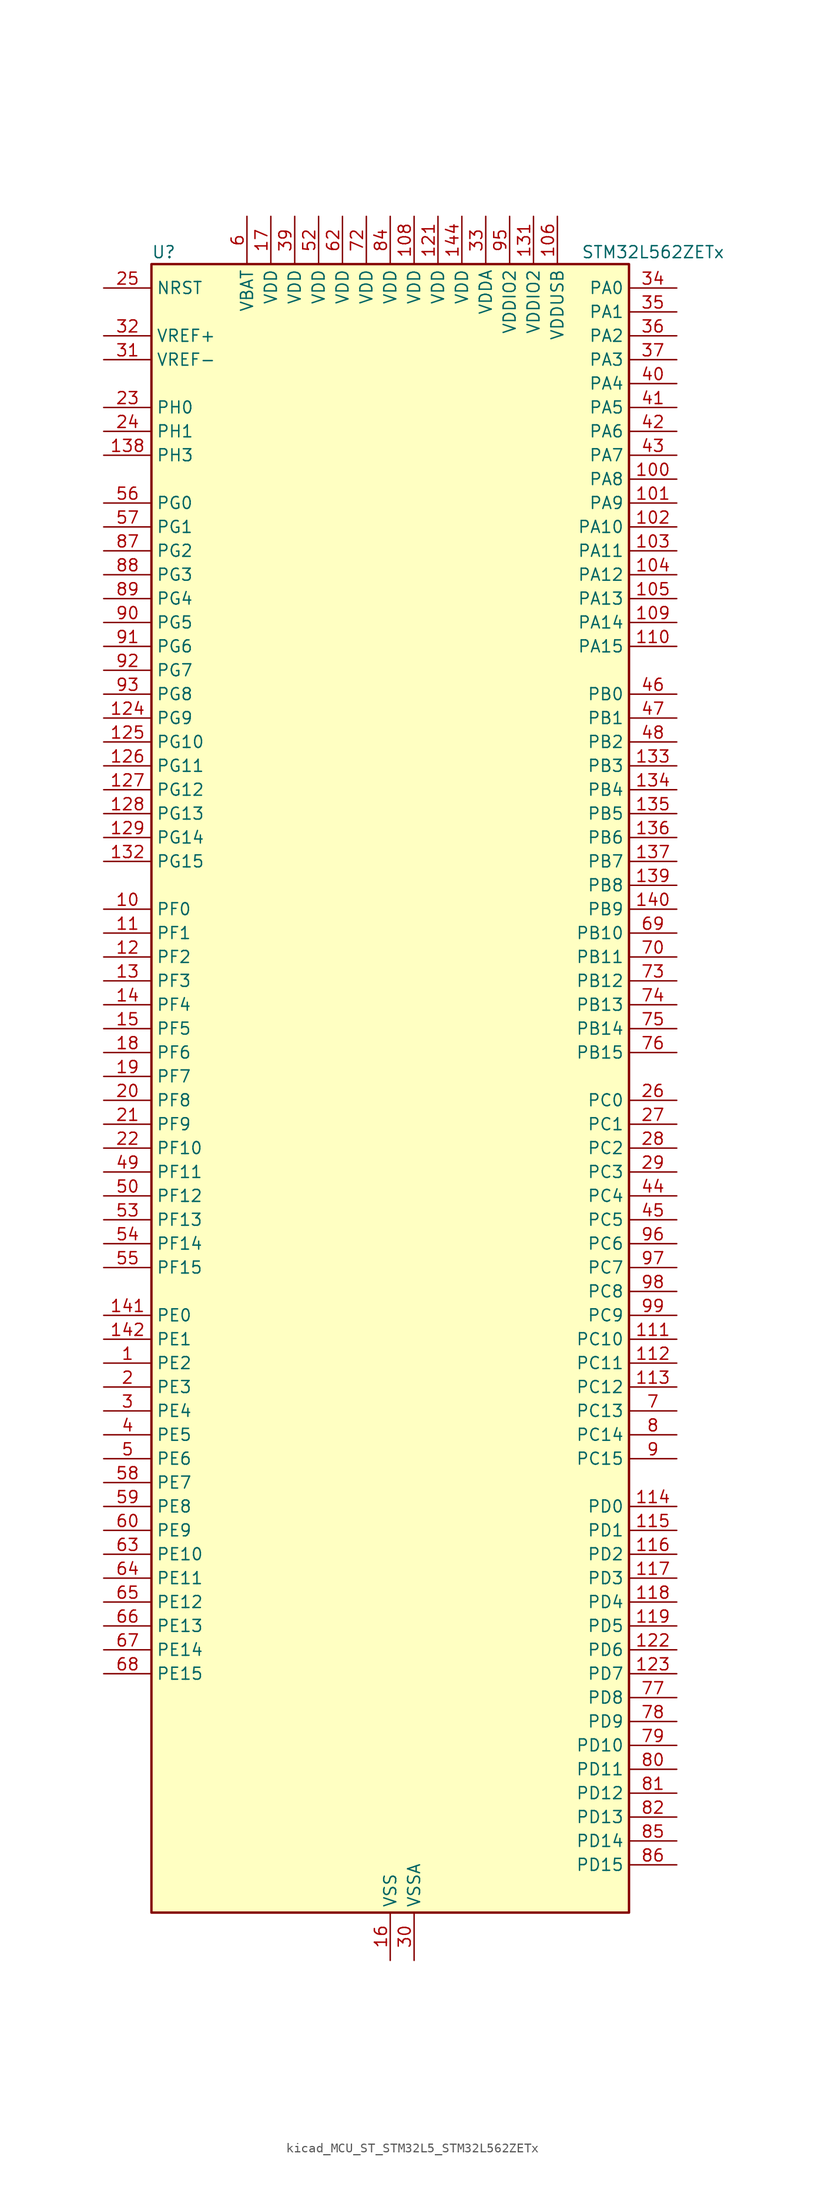
<source format=kicad_sym>
(kicad_symbol_lib
  (version 20220914)
  (generator kicad_symbol_editor)
  (symbol "kicad_MCU_ST_STM32L5_STM32L562ZETx"
    (property "Reference" "U"
      (at -25.4 90.17 0)
      (effects (font (size 1.27 1.27)) (justify left)))
    (property "Value" "STM32L562ZETx"
      (at 20.32 90.17 0)
      (effects (font (size 1.27 1.27)) (justify left)))
    (property "ki_locked" ""
      (at 0 0 0)
      (effects (font (size 1.27 1.27))))
    (symbol "kicad_MCU_ST_STM32L5_STM32L562ZETx_0_1"
      (rectangle (start -25.4 -86.36) (end 25.4 88.9) (stroke (width 0.254) (type default)) (fill (type background))))
    (symbol "kicad_MCU_ST_STM32L5_STM32L562ZETx_1_1"
      (pin bidirectional line (at -30.48 -27.94 0) (length 5.08) (name "PE2" (effects (font (size 1.27 1.27)))) (number "1" (effects (font (size 1.27 1.27)))) (alternate "DEBUG_TRACECLK" bidirectional line) (alternate "FMC_A23" bidirectional line) (alternate "SAI1_CK1" bidirectional line) (alternate "SAI1_MCLK_A" bidirectional line) (alternate "TIM3_ETR" bidirectional line) (alternate "TSC_G7_IO1" bidirectional line))
      (pin bidirectional line (at -30.48 20.32 0) (length 5.08) (name "PF0" (effects (font (size 1.27 1.27)))) (number "10" (effects (font (size 1.27 1.27)))) (alternate "FMC_A0" bidirectional line) (alternate "I2C2_SDA" bidirectional line))
      (pin bidirectional line (at 30.48 66.04 180) (length 5.08) (name "PA8" (effects (font (size 1.27 1.27)))) (number "100" (effects (font (size 1.27 1.27)))) (alternate "LPTIM2_OUT" bidirectional line) (alternate "RCC_MCO" bidirectional line) (alternate "SAI1_CK2" bidirectional line) (alternate "SAI1_SCK_A" bidirectional line) (alternate "TIM1_CH1" bidirectional line) (alternate "USART1_CK" bidirectional line))
      (pin bidirectional line (at 30.48 63.5 180) (length 5.08) (name "PA9" (effects (font (size 1.27 1.27)))) (number "101" (effects (font (size 1.27 1.27)))) (alternate "DAC1_EXTI9" bidirectional line) (alternate "SAI1_FS_A" bidirectional line) (alternate "SPI2_SCK" bidirectional line) (alternate "TIM15_BKIN" bidirectional line) (alternate "TIM1_CH2" bidirectional line) (alternate "USART1_TX" bidirectional line))
      (pin bidirectional line (at 30.48 60.96 180) (length 5.08) (name "PA10" (effects (font (size 1.27 1.27)))) (number "102" (effects (font (size 1.27 1.27)))) (alternate "CRS_SYNC" bidirectional line) (alternate "SAI1_D1" bidirectional line) (alternate "SAI1_SD_A" bidirectional line) (alternate "TIM17_BKIN" bidirectional line) (alternate "TIM1_CH3" bidirectional line) (alternate "USART1_RX" bidirectional line))
      (pin bidirectional line (at 30.48 58.42 180) (length 5.08) (name "PA11" (effects (font (size 1.27 1.27)))) (number "103" (effects (font (size 1.27 1.27)))) (alternate "ADC1_EXTI11" bidirectional line) (alternate "ADC2_EXTI11" bidirectional line) (alternate "FDCAN1_RX" bidirectional line) (alternate "SPI1_MISO" bidirectional line) (alternate "TIM1_BKIN2" bidirectional line) (alternate "TIM1_CH4" bidirectional line) (alternate "USART1_CTS" bidirectional line) (alternate "USART1_NSS" bidirectional line) (alternate "USB_DM" bidirectional line))
      (pin bidirectional line (at 30.48 55.88 180) (length 5.08) (name "PA12" (effects (font (size 1.27 1.27)))) (number "104" (effects (font (size 1.27 1.27)))) (alternate "FDCAN1_TX" bidirectional line) (alternate "SPI1_MOSI" bidirectional line) (alternate "TIM1_ETR" bidirectional line) (alternate "USART1_DE" bidirectional line) (alternate "USART1_RTS" bidirectional line) (alternate "USB_DP" bidirectional line))
      (pin bidirectional line (at 30.48 53.34 180) (length 5.08) (name "PA13" (effects (font (size 1.27 1.27)))) (number "105" (effects (font (size 1.27 1.27)))) (alternate "DEBUG_JTMS-SWDIO" bidirectional line) (alternate "IR_OUT" bidirectional line) (alternate "SAI1_SD_B" bidirectional line) (alternate "USB_NOE" bidirectional line))
      (pin power_in line (at 17.78 93.98 270) (length 5.08) (name "VDDUSB" (effects (font (size 1.27 1.27)))) (number "106" (effects (font (size 1.27 1.27)))))
      (pin passive line (at 0 -91.44 90) (length 5.08) hide (name "VSS" (effects (font (size 1.27 1.27)))) (number "107" (effects (font (size 1.27 1.27)))))
      (pin power_in line (at 2.54 93.98 270) (length 5.08) (name "VDD" (effects (font (size 1.27 1.27)))) (number "108" (effects (font (size 1.27 1.27)))))
      (pin bidirectional line (at 30.48 50.8 180) (length 5.08) (name "PA14" (effects (font (size 1.27 1.27)))) (number "109" (effects (font (size 1.27 1.27)))) (alternate "DEBUG_JTCK-SWCLK" bidirectional line) (alternate "I2C1_SMBA" bidirectional line) (alternate "I2C4_SMBA" bidirectional line) (alternate "LPTIM1_OUT" bidirectional line) (alternate "SAI1_FS_B" bidirectional line))
      (pin bidirectional line (at -30.48 17.78 0) (length 5.08) (name "PF1" (effects (font (size 1.27 1.27)))) (number "11" (effects (font (size 1.27 1.27)))) (alternate "FMC_A1" bidirectional line) (alternate "I2C2_SCL" bidirectional line))
      (pin bidirectional line (at 30.48 48.26 180) (length 5.08) (name "PA15" (effects (font (size 1.27 1.27)))) (number "110" (effects (font (size 1.27 1.27)))) (alternate "ADC1_EXTI15" bidirectional line) (alternate "ADC2_EXTI15" bidirectional line) (alternate "DEBUG_JTDI" bidirectional line) (alternate "SAI2_FS_B" bidirectional line) (alternate "SPI1_NSS" bidirectional line) (alternate "SPI3_NSS" bidirectional line) (alternate "TIM2_CH1" bidirectional line) (alternate "TIM2_ETR" bidirectional line) (alternate "UART4_DE" bidirectional line) (alternate "UART4_RTS" bidirectional line) (alternate "UCPD1_CC1" bidirectional line) (alternate "USART2_RX" bidirectional line) (alternate "USART3_DE" bidirectional line) (alternate "USART3_RTS" bidirectional line))
      (pin bidirectional line (at 30.48 -25.4 180) (length 5.08) (name "PC10" (effects (font (size 1.27 1.27)))) (number "111" (effects (font (size 1.27 1.27)))) (alternate "DEBUG_TRACED1" bidirectional line) (alternate "LPTIM3_ETR" bidirectional line) (alternate "SAI2_SCK_B" bidirectional line) (alternate "SDMMC1_D2" bidirectional line) (alternate "SPI3_SCK" bidirectional line) (alternate "TSC_G3_IO2" bidirectional line) (alternate "UART4_TX" bidirectional line) (alternate "USART3_TX" bidirectional line))
      (pin bidirectional line (at 30.48 -27.94 180) (length 5.08) (name "PC11" (effects (font (size 1.27 1.27)))) (number "112" (effects (font (size 1.27 1.27)))) (alternate "ADC1_EXTI11" bidirectional line) (alternate "ADC2_EXTI11" bidirectional line) (alternate "LPTIM3_IN1" bidirectional line) (alternate "OCTOSPI1_NCS" bidirectional line) (alternate "SAI2_MCLK_B" bidirectional line) (alternate "SDMMC1_D3" bidirectional line) (alternate "SPI3_MISO" bidirectional line) (alternate "TSC_G3_IO3" bidirectional line) (alternate "UART4_RX" bidirectional line) (alternate "UCPD1_FRSTX2" bidirectional line) (alternate "USART3_RX" bidirectional line))
      (pin bidirectional line (at 30.48 -30.48 180) (length 5.08) (name "PC12" (effects (font (size 1.27 1.27)))) (number "113" (effects (font (size 1.27 1.27)))) (alternate "DEBUG_TRACED3" bidirectional line) (alternate "SAI2_SD_B" bidirectional line) (alternate "SDMMC1_CK" bidirectional line) (alternate "SPI3_MOSI" bidirectional line) (alternate "TSC_G3_IO4" bidirectional line) (alternate "UART5_TX" bidirectional line) (alternate "USART3_CK" bidirectional line))
      (pin bidirectional line (at 30.48 -43.18 180) (length 5.08) (name "PD0" (effects (font (size 1.27 1.27)))) (number "114" (effects (font (size 1.27 1.27)))) (alternate "FDCAN1_RX" bidirectional line) (alternate "FMC_D2" bidirectional line) (alternate "FMC_DA2" bidirectional line) (alternate "SPI2_NSS" bidirectional line))
      (pin bidirectional line (at 30.48 -45.72 180) (length 5.08) (name "PD1" (effects (font (size 1.27 1.27)))) (number "115" (effects (font (size 1.27 1.27)))) (alternate "FDCAN1_TX" bidirectional line) (alternate "FMC_D3" bidirectional line) (alternate "FMC_DA3" bidirectional line) (alternate "SPI2_SCK" bidirectional line))
      (pin bidirectional line (at 30.48 -48.26 180) (length 5.08) (name "PD2" (effects (font (size 1.27 1.27)))) (number "116" (effects (font (size 1.27 1.27)))) (alternate "DEBUG_TRACED2" bidirectional line) (alternate "SDMMC1_CMD" bidirectional line) (alternate "TIM3_ETR" bidirectional line) (alternate "TSC_SYNC" bidirectional line) (alternate "UART5_RX" bidirectional line) (alternate "USART3_DE" bidirectional line) (alternate "USART3_RTS" bidirectional line))
      (pin bidirectional line (at 30.48 -50.8 180) (length 5.08) (name "PD3" (effects (font (size 1.27 1.27)))) (number "117" (effects (font (size 1.27 1.27)))) (alternate "DFSDM1_DATIN0" bidirectional line) (alternate "FMC_CLK" bidirectional line) (alternate "SPI2_MISO" bidirectional line) (alternate "SPI2_SCK" bidirectional line) (alternate "USART2_CTS" bidirectional line) (alternate "USART2_NSS" bidirectional line))
      (pin bidirectional line (at 30.48 -53.34 180) (length 5.08) (name "PD4" (effects (font (size 1.27 1.27)))) (number "118" (effects (font (size 1.27 1.27)))) (alternate "DFSDM1_CKIN0" bidirectional line) (alternate "FMC_NOE" bidirectional line) (alternate "OCTOSPI1_IO4" bidirectional line) (alternate "SPI2_MOSI" bidirectional line) (alternate "USART2_DE" bidirectional line) (alternate "USART2_RTS" bidirectional line))
      (pin bidirectional line (at 30.48 -55.88 180) (length 5.08) (name "PD5" (effects (font (size 1.27 1.27)))) (number "119" (effects (font (size 1.27 1.27)))) (alternate "FMC_NWE" bidirectional line) (alternate "OCTOSPI1_IO5" bidirectional line) (alternate "USART2_TX" bidirectional line))
      (pin bidirectional line (at -30.48 15.24 0) (length 5.08) (name "PF2" (effects (font (size 1.27 1.27)))) (number "12" (effects (font (size 1.27 1.27)))) (alternate "FMC_A2" bidirectional line) (alternate "I2C2_SMBA" bidirectional line))
      (pin passive line (at 0 -91.44 90) (length 5.08) hide (name "VSS" (effects (font (size 1.27 1.27)))) (number "120" (effects (font (size 1.27 1.27)))))
      (pin power_in line (at 5.08 93.98 270) (length 5.08) (name "VDD" (effects (font (size 1.27 1.27)))) (number "121" (effects (font (size 1.27 1.27)))))
      (pin bidirectional line (at 30.48 -58.42 180) (length 5.08) (name "PD6" (effects (font (size 1.27 1.27)))) (number "122" (effects (font (size 1.27 1.27)))) (alternate "DFSDM1_DATIN1" bidirectional line) (alternate "FMC_NWAIT" bidirectional line) (alternate "OCTOSPI1_IO6" bidirectional line) (alternate "SAI1_D1" bidirectional line) (alternate "SAI1_SD_A" bidirectional line) (alternate "SPI3_MOSI" bidirectional line) (alternate "USART2_RX" bidirectional line))
      (pin bidirectional line (at 30.48 -60.96 180) (length 5.08) (name "PD7" (effects (font (size 1.27 1.27)))) (number "123" (effects (font (size 1.27 1.27)))) (alternate "DFSDM1_CKIN1" bidirectional line) (alternate "FMC_NCE" bidirectional line) (alternate "FMC_NE1" bidirectional line) (alternate "OCTOSPI1_IO7" bidirectional line) (alternate "USART2_CK" bidirectional line))
      (pin bidirectional line (at -30.48 40.64 0) (length 5.08) (name "PG9" (effects (font (size 1.27 1.27)))) (number "124" (effects (font (size 1.27 1.27)))) (alternate "DAC1_EXTI9" bidirectional line) (alternate "FMC_NCE" bidirectional line) (alternate "FMC_NE2" bidirectional line) (alternate "SAI2_SCK_A" bidirectional line) (alternate "SPI3_SCK" bidirectional line) (alternate "TIM15_CH1N" bidirectional line) (alternate "USART1_TX" bidirectional line))
      (pin bidirectional line (at -30.48 38.1 0) (length 5.08) (name "PG10" (effects (font (size 1.27 1.27)))) (number "125" (effects (font (size 1.27 1.27)))) (alternate "FMC_NE3" bidirectional line) (alternate "LPTIM1_IN1" bidirectional line) (alternate "SAI2_FS_A" bidirectional line) (alternate "SPI3_MISO" bidirectional line) (alternate "TIM15_CH1" bidirectional line) (alternate "USART1_RX" bidirectional line))
      (pin bidirectional line (at -30.48 35.56 0) (length 5.08) (name "PG11" (effects (font (size 1.27 1.27)))) (number "126" (effects (font (size 1.27 1.27)))) (alternate "ADC1_EXTI11" bidirectional line) (alternate "ADC2_EXTI11" bidirectional line) (alternate "LPTIM1_IN2" bidirectional line) (alternate "OCTOSPI1_IO5" bidirectional line) (alternate "SAI2_MCLK_A" bidirectional line) (alternate "SPI3_MOSI" bidirectional line) (alternate "TIM15_CH2" bidirectional line) (alternate "USART1_CTS" bidirectional line) (alternate "USART1_NSS" bidirectional line))
      (pin bidirectional line (at -30.48 33.02 0) (length 5.08) (name "PG12" (effects (font (size 1.27 1.27)))) (number "127" (effects (font (size 1.27 1.27)))) (alternate "FMC_NE4" bidirectional line) (alternate "LPTIM1_ETR" bidirectional line) (alternate "SAI2_SD_A" bidirectional line) (alternate "SPI3_NSS" bidirectional line) (alternate "USART1_DE" bidirectional line) (alternate "USART1_RTS" bidirectional line))
      (pin bidirectional line (at -30.48 30.48 0) (length 5.08) (name "PG13" (effects (font (size 1.27 1.27)))) (number "128" (effects (font (size 1.27 1.27)))) (alternate "FMC_A24" bidirectional line) (alternate "I2C1_SDA" bidirectional line) (alternate "USART1_CK" bidirectional line))
      (pin bidirectional line (at -30.48 27.94 0) (length 5.08) (name "PG14" (effects (font (size 1.27 1.27)))) (number "129" (effects (font (size 1.27 1.27)))) (alternate "FMC_A25" bidirectional line) (alternate "I2C1_SCL" bidirectional line))
      (pin bidirectional line (at -30.48 12.7 0) (length 5.08) (name "PF3" (effects (font (size 1.27 1.27)))) (number "13" (effects (font (size 1.27 1.27)))) (alternate "FMC_A3" bidirectional line) (alternate "LPTIM3_IN1" bidirectional line))
      (pin passive line (at 0 -91.44 90) (length 5.08) hide (name "VSS" (effects (font (size 1.27 1.27)))) (number "130" (effects (font (size 1.27 1.27)))))
      (pin power_in line (at 15.24 93.98 270) (length 5.08) (name "VDDIO2" (effects (font (size 1.27 1.27)))) (number "131" (effects (font (size 1.27 1.27)))))
      (pin bidirectional line (at -30.48 25.4 0) (length 5.08) (name "PG15" (effects (font (size 1.27 1.27)))) (number "132" (effects (font (size 1.27 1.27)))) (alternate "ADC1_EXTI15" bidirectional line) (alternate "ADC2_EXTI15" bidirectional line) (alternate "I2C1_SMBA" bidirectional line) (alternate "LPTIM1_OUT" bidirectional line))
      (pin bidirectional line (at 30.48 35.56 180) (length 5.08) (name "PB3" (effects (font (size 1.27 1.27)))) (number "133" (effects (font (size 1.27 1.27)))) (alternate "COMP2_INM" bidirectional line) (alternate "CRS_SYNC" bidirectional line) (alternate "DEBUG_JTDO-SWO" bidirectional line) (alternate "SAI1_SCK_B" bidirectional line) (alternate "SPI1_SCK" bidirectional line) (alternate "SPI3_SCK" bidirectional line) (alternate "TIM2_CH2" bidirectional line) (alternate "USART1_DE" bidirectional line) (alternate "USART1_RTS" bidirectional line))
      (pin bidirectional line (at 30.48 33.02 180) (length 5.08) (name "PB4" (effects (font (size 1.27 1.27)))) (number "134" (effects (font (size 1.27 1.27)))) (alternate "COMP2_INP" bidirectional line) (alternate "DEBUG_JTRST" bidirectional line) (alternate "I2C3_SDA" bidirectional line) (alternate "SAI1_MCLK_B" bidirectional line) (alternate "SPI1_MISO" bidirectional line) (alternate "SPI3_MISO" bidirectional line) (alternate "TIM17_BKIN" bidirectional line) (alternate "TIM3_CH1" bidirectional line) (alternate "TSC_G2_IO1" bidirectional line) (alternate "UART5_DE" bidirectional line) (alternate "UART5_RTS" bidirectional line) (alternate "USART1_CTS" bidirectional line) (alternate "USART1_NSS" bidirectional line))
      (pin bidirectional line (at 30.48 30.48 180) (length 5.08) (name "PB5" (effects (font (size 1.27 1.27)))) (number "135" (effects (font (size 1.27 1.27)))) (alternate "COMP2_OUT" bidirectional line) (alternate "I2C1_SMBA" bidirectional line) (alternate "LPTIM1_IN1" bidirectional line) (alternate "OCTOSPI1_NCLK" bidirectional line) (alternate "SAI1_SD_B" bidirectional line) (alternate "SPI1_MOSI" bidirectional line) (alternate "SPI3_MOSI" bidirectional line) (alternate "TIM16_BKIN" bidirectional line) (alternate "TIM3_CH2" bidirectional line) (alternate "TSC_G2_IO2" bidirectional line) (alternate "UART5_CTS" bidirectional line) (alternate "UCPD1_DBCC1" bidirectional line) (alternate "USART1_CK" bidirectional line))
      (pin bidirectional line (at 30.48 27.94 180) (length 5.08) (name "PB6" (effects (font (size 1.27 1.27)))) (number "136" (effects (font (size 1.27 1.27)))) (alternate "COMP2_INP" bidirectional line) (alternate "I2C1_SCL" bidirectional line) (alternate "I2C4_SCL" bidirectional line) (alternate "LPTIM1_ETR" bidirectional line) (alternate "SAI1_FS_B" bidirectional line) (alternate "TIM16_CH1N" bidirectional line) (alternate "TIM4_CH1" bidirectional line) (alternate "TIM8_BKIN2" bidirectional line) (alternate "TSC_G2_IO3" bidirectional line) (alternate "USART1_TX" bidirectional line))
      (pin bidirectional line (at 30.48 25.4 180) (length 5.08) (name "PB7" (effects (font (size 1.27 1.27)))) (number "137" (effects (font (size 1.27 1.27)))) (alternate "COMP2_INM" bidirectional line) (alternate "FMC_NL" bidirectional line) (alternate "I2C1_SDA" bidirectional line) (alternate "I2C4_SDA" bidirectional line) (alternate "LPTIM1_IN2" bidirectional line) (alternate "PWR_PVD_IN" bidirectional line) (alternate "TIM17_CH1N" bidirectional line) (alternate "TIM4_CH2" bidirectional line) (alternate "TIM8_BKIN" bidirectional line) (alternate "TSC_G2_IO4" bidirectional line) (alternate "UART4_CTS" bidirectional line) (alternate "USART1_RX" bidirectional line))
      (pin bidirectional line (at -30.48 68.58 0) (length 5.08) (name "PH3" (effects (font (size 1.27 1.27)))) (number "138" (effects (font (size 1.27 1.27)))))
      (pin bidirectional line (at 30.48 22.86 180) (length 5.08) (name "PB8" (effects (font (size 1.27 1.27)))) (number "139" (effects (font (size 1.27 1.27)))) (alternate "DFSDM1_CKOUT" bidirectional line) (alternate "FDCAN1_RX" bidirectional line) (alternate "I2C1_SCL" bidirectional line) (alternate "SAI1_CK1" bidirectional line) (alternate "SAI1_MCLK_A" bidirectional line) (alternate "SDMMC1_CKIN" bidirectional line) (alternate "SDMMC1_D4" bidirectional line) (alternate "TIM16_CH1" bidirectional line) (alternate "TIM4_CH3" bidirectional line))
      (pin bidirectional line (at -30.48 10.16 0) (length 5.08) (name "PF4" (effects (font (size 1.27 1.27)))) (number "14" (effects (font (size 1.27 1.27)))) (alternate "FMC_A4" bidirectional line) (alternate "LPTIM3_ETR" bidirectional line))
      (pin bidirectional line (at 30.48 20.32 180) (length 5.08) (name "PB9" (effects (font (size 1.27 1.27)))) (number "140" (effects (font (size 1.27 1.27)))) (alternate "DAC1_EXTI9" bidirectional line) (alternate "FDCAN1_TX" bidirectional line) (alternate "I2C1_SDA" bidirectional line) (alternate "IR_OUT" bidirectional line) (alternate "SAI1_D2" bidirectional line) (alternate "SAI1_FS_A" bidirectional line) (alternate "SDMMC1_CDIR" bidirectional line) (alternate "SDMMC1_D5" bidirectional line) (alternate "SPI2_NSS" bidirectional line) (alternate "TIM17_CH1" bidirectional line) (alternate "TIM4_CH4" bidirectional line))
      (pin bidirectional line (at -30.48 -22.86 0) (length 5.08) (name "PE0" (effects (font (size 1.27 1.27)))) (number "141" (effects (font (size 1.27 1.27)))) (alternate "FMC_NBL0" bidirectional line) (alternate "TIM16_CH1" bidirectional line) (alternate "TIM4_ETR" bidirectional line))
      (pin bidirectional line (at -30.48 -25.4 0) (length 5.08) (name "PE1" (effects (font (size 1.27 1.27)))) (number "142" (effects (font (size 1.27 1.27)))) (alternate "FMC_NBL1" bidirectional line) (alternate "TIM17_CH1" bidirectional line))
      (pin passive line (at 0 -91.44 90) (length 5.08) hide (name "VSS" (effects (font (size 1.27 1.27)))) (number "143" (effects (font (size 1.27 1.27)))))
      (pin power_in line (at 7.62 93.98 270) (length 5.08) (name "VDD" (effects (font (size 1.27 1.27)))) (number "144" (effects (font (size 1.27 1.27)))))
      (pin bidirectional line (at -30.48 7.62 0) (length 5.08) (name "PF5" (effects (font (size 1.27 1.27)))) (number "15" (effects (font (size 1.27 1.27)))) (alternate "FMC_A5" bidirectional line) (alternate "LPTIM3_OUT" bidirectional line))
      (pin power_in line (at 0 -91.44 90) (length 5.08) (name "VSS" (effects (font (size 1.27 1.27)))) (number "16" (effects (font (size 1.27 1.27)))))
      (pin power_in line (at -12.7 93.98 270) (length 5.08) (name "VDD" (effects (font (size 1.27 1.27)))) (number "17" (effects (font (size 1.27 1.27)))))
      (pin bidirectional line (at -30.48 5.08 0) (length 5.08) (name "PF6" (effects (font (size 1.27 1.27)))) (number "18" (effects (font (size 1.27 1.27)))) (alternate "OCTOSPI1_IO3" bidirectional line) (alternate "SAI1_SD_B" bidirectional line) (alternate "TIM5_CH1" bidirectional line) (alternate "TIM5_ETR" bidirectional line))
      (pin bidirectional line (at -30.48 2.54 0) (length 5.08) (name "PF7" (effects (font (size 1.27 1.27)))) (number "19" (effects (font (size 1.27 1.27)))) (alternate "OCTOSPI1_IO2" bidirectional line) (alternate "SAI1_MCLK_B" bidirectional line) (alternate "TAMP_IN6" bidirectional line) (alternate "TAMP_OUT3" bidirectional line) (alternate "TIM5_CH2" bidirectional line))
      (pin bidirectional line (at -30.48 -30.48 0) (length 5.08) (name "PE3" (effects (font (size 1.27 1.27)))) (number "2" (effects (font (size 1.27 1.27)))) (alternate "DEBUG_TRACED0" bidirectional line) (alternate "FMC_A19" bidirectional line) (alternate "OCTOSPI1_DQS" bidirectional line) (alternate "SAI1_SD_B" bidirectional line) (alternate "TIM3_CH1" bidirectional line) (alternate "TSC_G7_IO2" bidirectional line))
      (pin bidirectional line (at -30.48 0 0) (length 5.08) (name "PF8" (effects (font (size 1.27 1.27)))) (number "20" (effects (font (size 1.27 1.27)))) (alternate "OCTOSPI1_IO0" bidirectional line) (alternate "SAI1_SCK_B" bidirectional line) (alternate "TAMP_IN7" bidirectional line) (alternate "TAMP_OUT8" bidirectional line) (alternate "TIM5_CH3" bidirectional line))
      (pin bidirectional line (at -30.48 -2.54 0) (length 5.08) (name "PF9" (effects (font (size 1.27 1.27)))) (number "21" (effects (font (size 1.27 1.27)))) (alternate "DAC1_EXTI9" bidirectional line) (alternate "OCTOSPI1_IO1" bidirectional line) (alternate "SAI1_FS_B" bidirectional line) (alternate "TAMP_IN8" bidirectional line) (alternate "TAMP_OUT7" bidirectional line) (alternate "TIM15_CH1" bidirectional line) (alternate "TIM5_CH4" bidirectional line))
      (pin bidirectional line (at -30.48 -5.08 0) (length 5.08) (name "PF10" (effects (font (size 1.27 1.27)))) (number "22" (effects (font (size 1.27 1.27)))) (alternate "DFSDM1_CKOUT" bidirectional line) (alternate "OCTOSPI1_CLK" bidirectional line) (alternate "SAI1_D3" bidirectional line) (alternate "TIM15_CH2" bidirectional line))
      (pin bidirectional line (at -30.48 73.66 0) (length 5.08) (name "PH0" (effects (font (size 1.27 1.27)))) (number "23" (effects (font (size 1.27 1.27)))) (alternate "RCC_OSC_IN" bidirectional line))
      (pin bidirectional line (at -30.48 71.12 0) (length 5.08) (name "PH1" (effects (font (size 1.27 1.27)))) (number "24" (effects (font (size 1.27 1.27)))) (alternate "RCC_OSC_OUT" bidirectional line))
      (pin input line (at -30.48 86.36 0) (length 5.08) (name "NRST" (effects (font (size 1.27 1.27)))) (number "25" (effects (font (size 1.27 1.27)))))
      (pin bidirectional line (at 30.48 0 180) (length 5.08) (name "PC0" (effects (font (size 1.27 1.27)))) (number "26" (effects (font (size 1.27 1.27)))) (alternate "ADC1_IN1" bidirectional line) (alternate "ADC2_IN1" bidirectional line) (alternate "I2C3_SCL" bidirectional line) (alternate "LPTIM1_IN1" bidirectional line) (alternate "LPTIM2_IN1" bidirectional line) (alternate "LPUART1_RX" bidirectional line) (alternate "OCTOSPI1_IO7" bidirectional line) (alternate "SAI2_FS_A" bidirectional line) (alternate "SDMMC1_D5" bidirectional line))
      (pin bidirectional line (at 30.48 -2.54 180) (length 5.08) (name "PC1" (effects (font (size 1.27 1.27)))) (number "27" (effects (font (size 1.27 1.27)))) (alternate "ADC1_IN2" bidirectional line) (alternate "ADC2_IN2" bidirectional line) (alternate "DEBUG_TRACED0" bidirectional line) (alternate "I2C3_SDA" bidirectional line) (alternate "LPTIM1_OUT" bidirectional line) (alternate "LPUART1_TX" bidirectional line) (alternate "OCTOSPI1_IO4" bidirectional line) (alternate "SAI1_SD_A" bidirectional line) (alternate "SPI2_MOSI" bidirectional line))
      (pin bidirectional line (at 30.48 -5.08 180) (length 5.08) (name "PC2" (effects (font (size 1.27 1.27)))) (number "28" (effects (font (size 1.27 1.27)))) (alternate "ADC1_IN3" bidirectional line) (alternate "ADC2_IN3" bidirectional line) (alternate "DFSDM1_CKOUT" bidirectional line) (alternate "LPTIM1_IN2" bidirectional line) (alternate "OCTOSPI1_IO5" bidirectional line) (alternate "SPI2_MISO" bidirectional line))
      (pin bidirectional line (at 30.48 -7.62 180) (length 5.08) (name "PC3" (effects (font (size 1.27 1.27)))) (number "29" (effects (font (size 1.27 1.27)))) (alternate "ADC1_IN4" bidirectional line) (alternate "ADC2_IN4" bidirectional line) (alternate "LPTIM1_ETR" bidirectional line) (alternate "LPTIM2_ETR" bidirectional line) (alternate "LPTIM3_OUT" bidirectional line) (alternate "OCTOSPI1_IO6" bidirectional line) (alternate "SAI1_D1" bidirectional line) (alternate "SAI1_SD_A" bidirectional line) (alternate "SPI2_MOSI" bidirectional line))
      (pin bidirectional line (at -30.48 -33.02 0) (length 5.08) (name "PE4" (effects (font (size 1.27 1.27)))) (number "3" (effects (font (size 1.27 1.27)))) (alternate "DEBUG_TRACED1" bidirectional line) (alternate "DFSDM1_DATIN3" bidirectional line) (alternate "FMC_A20" bidirectional line) (alternate "SAI1_D2" bidirectional line) (alternate "SAI1_FS_A" bidirectional line) (alternate "TIM3_CH2" bidirectional line) (alternate "TSC_G7_IO3" bidirectional line))
      (pin power_in line (at 2.54 -91.44 90) (length 5.08) (name "VSSA" (effects (font (size 1.27 1.27)))) (number "30" (effects (font (size 1.27 1.27)))))
      (pin input line (at -30.48 78.74 0) (length 5.08) (name "VREF-" (effects (font (size 1.27 1.27)))) (number "31" (effects (font (size 1.27 1.27)))))
      (pin input line (at -30.48 81.28 0) (length 5.08) (name "VREF+" (effects (font (size 1.27 1.27)))) (number "32" (effects (font (size 1.27 1.27)))))
      (pin power_in line (at 10.16 93.98 270) (length 5.08) (name "VDDA" (effects (font (size 1.27 1.27)))) (number "33" (effects (font (size 1.27 1.27)))))
      (pin bidirectional line (at 30.48 86.36 180) (length 5.08) (name "PA0" (effects (font (size 1.27 1.27)))) (number "34" (effects (font (size 1.27 1.27)))) (alternate "ADC1_IN5" bidirectional line) (alternate "ADC2_IN5" bidirectional line) (alternate "OPAMP1_VINP" bidirectional line) (alternate "PWR_WKUP1" bidirectional line) (alternate "SAI1_EXTCLK" bidirectional line) (alternate "TAMP_IN2" bidirectional line) (alternate "TAMP_OUT1" bidirectional line) (alternate "TIM2_CH1" bidirectional line) (alternate "TIM2_ETR" bidirectional line) (alternate "TIM5_CH1" bidirectional line) (alternate "TIM8_ETR" bidirectional line) (alternate "UART4_TX" bidirectional line) (alternate "USART2_CTS" bidirectional line) (alternate "USART2_NSS" bidirectional line))
      (pin bidirectional line (at 30.48 83.82 180) (length 5.08) (name "PA1" (effects (font (size 1.27 1.27)))) (number "35" (effects (font (size 1.27 1.27)))) (alternate "ADC1_IN6" bidirectional line) (alternate "ADC2_IN6" bidirectional line) (alternate "I2C1_SMBA" bidirectional line) (alternate "OCTOSPI1_DQS" bidirectional line) (alternate "OPAMP1_VINM" bidirectional line) (alternate "SPI1_SCK" bidirectional line) (alternate "TAMP_IN5" bidirectional line) (alternate "TAMP_OUT4" bidirectional line) (alternate "TIM15_CH1N" bidirectional line) (alternate "TIM2_CH2" bidirectional line) (alternate "TIM5_CH2" bidirectional line) (alternate "UART4_RX" bidirectional line) (alternate "USART2_DE" bidirectional line) (alternate "USART2_RTS" bidirectional line))
      (pin bidirectional line (at 30.48 81.28 180) (length 5.08) (name "PA2" (effects (font (size 1.27 1.27)))) (number "36" (effects (font (size 1.27 1.27)))) (alternate "ADC1_IN7" bidirectional line) (alternate "ADC2_IN7" bidirectional line) (alternate "COMP1_INP" bidirectional line) (alternate "LPUART1_TX" bidirectional line) (alternate "OCTOSPI1_NCS" bidirectional line) (alternate "PWR_WKUP4" bidirectional line) (alternate "RCC_LSCO" bidirectional line) (alternate "SAI2_EXTCLK" bidirectional line) (alternate "TIM15_CH1" bidirectional line) (alternate "TIM2_CH3" bidirectional line) (alternate "TIM5_CH3" bidirectional line) (alternate "UCPD1_FRSTX1" bidirectional line) (alternate "USART2_TX" bidirectional line))
      (pin bidirectional line (at 30.48 78.74 180) (length 5.08) (name "PA3" (effects (font (size 1.27 1.27)))) (number "37" (effects (font (size 1.27 1.27)))) (alternate "ADC1_IN8" bidirectional line) (alternate "ADC2_IN8" bidirectional line) (alternate "LPUART1_RX" bidirectional line) (alternate "OCTOSPI1_CLK" bidirectional line) (alternate "OPAMP1_VOUT" bidirectional line) (alternate "SAI1_CK1" bidirectional line) (alternate "SAI1_MCLK_A" bidirectional line) (alternate "TIM15_CH2" bidirectional line) (alternate "TIM2_CH4" bidirectional line) (alternate "TIM5_CH4" bidirectional line) (alternate "USART2_RX" bidirectional line))
      (pin passive line (at 0 -91.44 90) (length 5.08) hide (name "VSS" (effects (font (size 1.27 1.27)))) (number "38" (effects (font (size 1.27 1.27)))))
      (pin power_in line (at -10.16 93.98 270) (length 5.08) (name "VDD" (effects (font (size 1.27 1.27)))) (number "39" (effects (font (size 1.27 1.27)))))
      (pin bidirectional line (at -30.48 -35.56 0) (length 5.08) (name "PE5" (effects (font (size 1.27 1.27)))) (number "4" (effects (font (size 1.27 1.27)))) (alternate "DEBUG_TRACED2" bidirectional line) (alternate "DFSDM1_CKIN3" bidirectional line) (alternate "FMC_A21" bidirectional line) (alternate "SAI1_CK2" bidirectional line) (alternate "SAI1_SCK_A" bidirectional line) (alternate "TIM3_CH3" bidirectional line) (alternate "TSC_G7_IO4" bidirectional line))
      (pin bidirectional line (at 30.48 76.2 180) (length 5.08) (name "PA4" (effects (font (size 1.27 1.27)))) (number "40" (effects (font (size 1.27 1.27)))) (alternate "ADC1_IN9" bidirectional line) (alternate "ADC2_IN9" bidirectional line) (alternate "DAC1_OUT1" bidirectional line) (alternate "LPTIM2_OUT" bidirectional line) (alternate "OCTOSPI1_NCS" bidirectional line) (alternate "SAI1_FS_B" bidirectional line) (alternate "SPI1_NSS" bidirectional line) (alternate "SPI3_NSS" bidirectional line) (alternate "USART2_CK" bidirectional line))
      (pin bidirectional line (at 30.48 73.66 180) (length 5.08) (name "PA5" (effects (font (size 1.27 1.27)))) (number "41" (effects (font (size 1.27 1.27)))) (alternate "ADC1_IN10" bidirectional line) (alternate "ADC2_IN10" bidirectional line) (alternate "DAC1_OUT2" bidirectional line) (alternate "LPTIM2_ETR" bidirectional line) (alternate "SPI1_SCK" bidirectional line) (alternate "TIM2_CH1" bidirectional line) (alternate "TIM2_ETR" bidirectional line) (alternate "TIM8_CH1N" bidirectional line))
      (pin bidirectional line (at 30.48 71.12 180) (length 5.08) (name "PA6" (effects (font (size 1.27 1.27)))) (number "42" (effects (font (size 1.27 1.27)))) (alternate "ADC1_IN11" bidirectional line) (alternate "ADC2_IN11" bidirectional line) (alternate "LPUART1_CTS" bidirectional line) (alternate "OCTOSPI1_IO3" bidirectional line) (alternate "OPAMP2_VINP" bidirectional line) (alternate "SPI1_MISO" bidirectional line) (alternate "TIM16_CH1" bidirectional line) (alternate "TIM1_BKIN" bidirectional line) (alternate "TIM3_CH1" bidirectional line) (alternate "TIM8_BKIN" bidirectional line) (alternate "USART3_CTS" bidirectional line) (alternate "USART3_NSS" bidirectional line))
      (pin bidirectional line (at 30.48 68.58 180) (length 5.08) (name "PA7" (effects (font (size 1.27 1.27)))) (number "43" (effects (font (size 1.27 1.27)))) (alternate "ADC1_IN12" bidirectional line) (alternate "ADC2_IN12" bidirectional line) (alternate "I2C3_SCL" bidirectional line) (alternate "OCTOSPI1_IO2" bidirectional line) (alternate "OPAMP2_VINM" bidirectional line) (alternate "SPI1_MOSI" bidirectional line) (alternate "TIM17_CH1" bidirectional line) (alternate "TIM1_CH1N" bidirectional line) (alternate "TIM3_CH2" bidirectional line) (alternate "TIM8_CH1N" bidirectional line))
      (pin bidirectional line (at 30.48 -10.16 180) (length 5.08) (name "PC4" (effects (font (size 1.27 1.27)))) (number "44" (effects (font (size 1.27 1.27)))) (alternate "ADC1_IN13" bidirectional line) (alternate "ADC2_IN13" bidirectional line) (alternate "COMP1_INM" bidirectional line) (alternate "OCTOSPI1_IO7" bidirectional line) (alternate "USART3_TX" bidirectional line))
      (pin bidirectional line (at 30.48 -12.7 180) (length 5.08) (name "PC5" (effects (font (size 1.27 1.27)))) (number "45" (effects (font (size 1.27 1.27)))) (alternate "ADC1_IN14" bidirectional line) (alternate "ADC2_IN14" bidirectional line) (alternate "COMP1_INP" bidirectional line) (alternate "PWR_WKUP5" bidirectional line) (alternate "SAI1_D3" bidirectional line) (alternate "TAMP_IN4" bidirectional line) (alternate "TAMP_OUT5" bidirectional line) (alternate "USART3_RX" bidirectional line))
      (pin bidirectional line (at 30.48 43.18 180) (length 5.08) (name "PB0" (effects (font (size 1.27 1.27)))) (number "46" (effects (font (size 1.27 1.27)))) (alternate "ADC1_IN15" bidirectional line) (alternate "ADC2_IN15" bidirectional line) (alternate "COMP1_OUT" bidirectional line) (alternate "OCTOSPI1_IO1" bidirectional line) (alternate "OPAMP2_VOUT" bidirectional line) (alternate "SAI1_EXTCLK" bidirectional line) (alternate "SPI1_NSS" bidirectional line) (alternate "TIM1_CH2N" bidirectional line) (alternate "TIM3_CH3" bidirectional line) (alternate "TIM8_CH2N" bidirectional line) (alternate "USART3_CK" bidirectional line))
      (pin bidirectional line (at 30.48 40.64 180) (length 5.08) (name "PB1" (effects (font (size 1.27 1.27)))) (number "47" (effects (font (size 1.27 1.27)))) (alternate "ADC1_IN16" bidirectional line) (alternate "ADC2_IN16" bidirectional line) (alternate "COMP1_INM" bidirectional line) (alternate "DFSDM1_DATIN0" bidirectional line) (alternate "LPTIM2_IN1" bidirectional line) (alternate "LPUART1_DE" bidirectional line) (alternate "LPUART1_RTS" bidirectional line) (alternate "OCTOSPI1_IO0" bidirectional line) (alternate "TIM1_CH3N" bidirectional line) (alternate "TIM3_CH4" bidirectional line) (alternate "TIM8_CH3N" bidirectional line) (alternate "USART3_DE" bidirectional line) (alternate "USART3_RTS" bidirectional line))
      (pin bidirectional line (at 30.48 38.1 180) (length 5.08) (name "PB2" (effects (font (size 1.27 1.27)))) (number "48" (effects (font (size 1.27 1.27)))) (alternate "COMP1_INP" bidirectional line) (alternate "DFSDM1_CKIN0" bidirectional line) (alternate "I2C3_SMBA" bidirectional line) (alternate "LPTIM1_OUT" bidirectional line) (alternate "OCTOSPI1_DQS" bidirectional line) (alternate "RTC_OUT2" bidirectional line) (alternate "UCPD1_FRSTX1" bidirectional line))
      (pin bidirectional line (at -30.48 -7.62 0) (length 5.08) (name "PF11" (effects (font (size 1.27 1.27)))) (number "49" (effects (font (size 1.27 1.27)))) (alternate "ADC1_EXTI11" bidirectional line) (alternate "ADC2_EXTI11" bidirectional line) (alternate "OCTOSPI1_NCLK" bidirectional line))
      (pin bidirectional line (at -30.48 -38.1 0) (length 5.08) (name "PE6" (effects (font (size 1.27 1.27)))) (number "5" (effects (font (size 1.27 1.27)))) (alternate "DEBUG_TRACED3" bidirectional line) (alternate "FMC_A22" bidirectional line) (alternate "PWR_WKUP3" bidirectional line) (alternate "SAI1_D1" bidirectional line) (alternate "SAI1_SD_A" bidirectional line) (alternate "TAMP_IN3" bidirectional line) (alternate "TAMP_OUT6" bidirectional line) (alternate "TIM3_CH4" bidirectional line))
      (pin bidirectional line (at -30.48 -10.16 0) (length 5.08) (name "PF12" (effects (font (size 1.27 1.27)))) (number "50" (effects (font (size 1.27 1.27)))) (alternate "FMC_A6" bidirectional line))
      (pin passive line (at 0 -91.44 90) (length 5.08) hide (name "VSS" (effects (font (size 1.27 1.27)))) (number "51" (effects (font (size 1.27 1.27)))))
      (pin power_in line (at -7.62 93.98 270) (length 5.08) (name "VDD" (effects (font (size 1.27 1.27)))) (number "52" (effects (font (size 1.27 1.27)))))
      (pin bidirectional line (at -30.48 -12.7 0) (length 5.08) (name "PF13" (effects (font (size 1.27 1.27)))) (number "53" (effects (font (size 1.27 1.27)))) (alternate "FMC_A7" bidirectional line) (alternate "I2C4_SMBA" bidirectional line))
      (pin bidirectional line (at -30.48 -15.24 0) (length 5.08) (name "PF14" (effects (font (size 1.27 1.27)))) (number "54" (effects (font (size 1.27 1.27)))) (alternate "FMC_A8" bidirectional line) (alternate "I2C4_SCL" bidirectional line) (alternate "TSC_G8_IO1" bidirectional line))
      (pin bidirectional line (at -30.48 -17.78 0) (length 5.08) (name "PF15" (effects (font (size 1.27 1.27)))) (number "55" (effects (font (size 1.27 1.27)))) (alternate "ADC1_EXTI15" bidirectional line) (alternate "ADC2_EXTI15" bidirectional line) (alternate "FMC_A9" bidirectional line) (alternate "I2C4_SDA" bidirectional line) (alternate "TSC_G8_IO2" bidirectional line))
      (pin bidirectional line (at -30.48 63.5 0) (length 5.08) (name "PG0" (effects (font (size 1.27 1.27)))) (number "56" (effects (font (size 1.27 1.27)))) (alternate "FMC_A10" bidirectional line) (alternate "TSC_G8_IO3" bidirectional line))
      (pin bidirectional line (at -30.48 60.96 0) (length 5.08) (name "PG1" (effects (font (size 1.27 1.27)))) (number "57" (effects (font (size 1.27 1.27)))) (alternate "FMC_A11" bidirectional line) (alternate "TSC_G8_IO4" bidirectional line))
      (pin bidirectional line (at -30.48 -40.64 0) (length 5.08) (name "PE7" (effects (font (size 1.27 1.27)))) (number "58" (effects (font (size 1.27 1.27)))) (alternate "DFSDM1_DATIN2" bidirectional line) (alternate "FMC_D4" bidirectional line) (alternate "FMC_DA4" bidirectional line) (alternate "SAI1_SD_B" bidirectional line) (alternate "TIM1_ETR" bidirectional line))
      (pin bidirectional line (at -30.48 -43.18 0) (length 5.08) (name "PE8" (effects (font (size 1.27 1.27)))) (number "59" (effects (font (size 1.27 1.27)))) (alternate "DFSDM1_CKIN2" bidirectional line) (alternate "FMC_D5" bidirectional line) (alternate "FMC_DA5" bidirectional line) (alternate "SAI1_SCK_B" bidirectional line) (alternate "TIM1_CH1N" bidirectional line))
      (pin power_in line (at -15.24 93.98 270) (length 5.08) (name "VBAT" (effects (font (size 1.27 1.27)))) (number "6" (effects (font (size 1.27 1.27)))))
      (pin bidirectional line (at -30.48 -45.72 0) (length 5.08) (name "PE9" (effects (font (size 1.27 1.27)))) (number "60" (effects (font (size 1.27 1.27)))) (alternate "DAC1_EXTI9" bidirectional line) (alternate "DFSDM1_CKOUT" bidirectional line) (alternate "FMC_D6" bidirectional line) (alternate "FMC_DA6" bidirectional line) (alternate "OCTOSPI1_NCLK" bidirectional line) (alternate "SAI1_FS_B" bidirectional line) (alternate "TIM1_CH1" bidirectional line))
      (pin passive line (at 0 -91.44 90) (length 5.08) hide (name "VSS" (effects (font (size 1.27 1.27)))) (number "61" (effects (font (size 1.27 1.27)))))
      (pin power_in line (at -5.08 93.98 270) (length 5.08) (name "VDD" (effects (font (size 1.27 1.27)))) (number "62" (effects (font (size 1.27 1.27)))))
      (pin bidirectional line (at -30.48 -48.26 0) (length 5.08) (name "PE10" (effects (font (size 1.27 1.27)))) (number "63" (effects (font (size 1.27 1.27)))) (alternate "FMC_D7" bidirectional line) (alternate "FMC_DA7" bidirectional line) (alternate "OCTOSPI1_CLK" bidirectional line) (alternate "SAI1_MCLK_B" bidirectional line) (alternate "TIM1_CH2N" bidirectional line) (alternate "TSC_G5_IO1" bidirectional line))
      (pin bidirectional line (at -30.48 -50.8 0) (length 5.08) (name "PE11" (effects (font (size 1.27 1.27)))) (number "64" (effects (font (size 1.27 1.27)))) (alternate "ADC1_EXTI11" bidirectional line) (alternate "ADC2_EXTI11" bidirectional line) (alternate "FMC_D8" bidirectional line) (alternate "FMC_DA8" bidirectional line) (alternate "OCTOSPI1_NCS" bidirectional line) (alternate "TIM1_CH2" bidirectional line) (alternate "TSC_G5_IO2" bidirectional line))
      (pin bidirectional line (at -30.48 -53.34 0) (length 5.08) (name "PE12" (effects (font (size 1.27 1.27)))) (number "65" (effects (font (size 1.27 1.27)))) (alternate "FMC_D9" bidirectional line) (alternate "FMC_DA9" bidirectional line) (alternate "OCTOSPI1_IO0" bidirectional line) (alternate "SPI1_NSS" bidirectional line) (alternate "TIM1_CH3N" bidirectional line) (alternate "TSC_G5_IO3" bidirectional line))
      (pin bidirectional line (at -30.48 -55.88 0) (length 5.08) (name "PE13" (effects (font (size 1.27 1.27)))) (number "66" (effects (font (size 1.27 1.27)))) (alternate "FMC_D10" bidirectional line) (alternate "FMC_DA10" bidirectional line) (alternate "OCTOSPI1_IO1" bidirectional line) (alternate "SPI1_SCK" bidirectional line) (alternate "TIM1_CH3" bidirectional line) (alternate "TSC_G5_IO4" bidirectional line))
      (pin bidirectional line (at -30.48 -58.42 0) (length 5.08) (name "PE14" (effects (font (size 1.27 1.27)))) (number "67" (effects (font (size 1.27 1.27)))) (alternate "FMC_D11" bidirectional line) (alternate "FMC_DA11" bidirectional line) (alternate "OCTOSPI1_IO2" bidirectional line) (alternate "SPI1_MISO" bidirectional line) (alternate "TIM1_BKIN2" bidirectional line) (alternate "TIM1_CH4" bidirectional line))
      (pin bidirectional line (at -30.48 -60.96 0) (length 5.08) (name "PE15" (effects (font (size 1.27 1.27)))) (number "68" (effects (font (size 1.27 1.27)))) (alternate "ADC1_EXTI15" bidirectional line) (alternate "ADC2_EXTI15" bidirectional line) (alternate "FMC_D12" bidirectional line) (alternate "FMC_DA12" bidirectional line) (alternate "OCTOSPI1_IO3" bidirectional line) (alternate "SPI1_MOSI" bidirectional line) (alternate "TIM1_BKIN" bidirectional line))
      (pin bidirectional line (at 30.48 17.78 180) (length 5.08) (name "PB10" (effects (font (size 1.27 1.27)))) (number "69" (effects (font (size 1.27 1.27)))) (alternate "COMP1_OUT" bidirectional line) (alternate "I2C2_SCL" bidirectional line) (alternate "I2C4_SCL" bidirectional line) (alternate "LPTIM3_OUT" bidirectional line) (alternate "LPUART1_RX" bidirectional line) (alternate "OCTOSPI1_CLK" bidirectional line) (alternate "SAI1_SCK_A" bidirectional line) (alternate "SPI2_SCK" bidirectional line) (alternate "TIM2_CH3" bidirectional line) (alternate "TSC_SYNC" bidirectional line) (alternate "USART3_TX" bidirectional line))
      (pin bidirectional line (at 30.48 -33.02 180) (length 5.08) (name "PC13" (effects (font (size 1.27 1.27)))) (number "7" (effects (font (size 1.27 1.27)))) (alternate "PWR_WKUP2" bidirectional line) (alternate "RTC_OUT1" bidirectional line) (alternate "RTC_TS" bidirectional line) (alternate "TAMP_IN1" bidirectional line) (alternate "TAMP_OUT2" bidirectional line))
      (pin bidirectional line (at 30.48 15.24 180) (length 5.08) (name "PB11" (effects (font (size 1.27 1.27)))) (number "70" (effects (font (size 1.27 1.27)))) (alternate "ADC1_EXTI11" bidirectional line) (alternate "ADC2_EXTI11" bidirectional line) (alternate "COMP2_OUT" bidirectional line) (alternate "I2C2_SDA" bidirectional line) (alternate "I2C4_SDA" bidirectional line) (alternate "LPUART1_TX" bidirectional line) (alternate "OCTOSPI1_NCS" bidirectional line) (alternate "TIM2_CH4" bidirectional line) (alternate "USART3_RX" bidirectional line))
      (pin passive line (at 0 -91.44 90) (length 5.08) hide (name "VSS" (effects (font (size 1.27 1.27)))) (number "71" (effects (font (size 1.27 1.27)))))
      (pin power_in line (at -2.54 93.98 270) (length 5.08) (name "VDD" (effects (font (size 1.27 1.27)))) (number "72" (effects (font (size 1.27 1.27)))))
      (pin bidirectional line (at 30.48 12.7 180) (length 5.08) (name "PB12" (effects (font (size 1.27 1.27)))) (number "73" (effects (font (size 1.27 1.27)))) (alternate "DFSDM1_DATIN1" bidirectional line) (alternate "I2C2_SMBA" bidirectional line) (alternate "LPUART1_DE" bidirectional line) (alternate "LPUART1_RTS" bidirectional line) (alternate "OCTOSPI1_NCLK" bidirectional line) (alternate "SAI2_FS_A" bidirectional line) (alternate "SPI2_NSS" bidirectional line) (alternate "TIM15_BKIN" bidirectional line) (alternate "TIM1_BKIN" bidirectional line) (alternate "TSC_G1_IO1" bidirectional line) (alternate "USART3_CK" bidirectional line))
      (pin bidirectional line (at 30.48 10.16 180) (length 5.08) (name "PB13" (effects (font (size 1.27 1.27)))) (number "74" (effects (font (size 1.27 1.27)))) (alternate "DFSDM1_CKIN1" bidirectional line) (alternate "I2C2_SCL" bidirectional line) (alternate "LPTIM3_IN1" bidirectional line) (alternate "LPUART1_CTS" bidirectional line) (alternate "SAI2_SCK_A" bidirectional line) (alternate "SPI2_SCK" bidirectional line) (alternate "TIM15_CH1N" bidirectional line) (alternate "TIM1_CH1N" bidirectional line) (alternate "TSC_G1_IO2" bidirectional line) (alternate "UCPD1_FRSTX2" bidirectional line) (alternate "USART3_CTS" bidirectional line) (alternate "USART3_NSS" bidirectional line))
      (pin bidirectional line (at 30.48 7.62 180) (length 5.08) (name "PB14" (effects (font (size 1.27 1.27)))) (number "75" (effects (font (size 1.27 1.27)))) (alternate "DFSDM1_DATIN2" bidirectional line) (alternate "I2C2_SDA" bidirectional line) (alternate "LPTIM3_ETR" bidirectional line) (alternate "SAI2_MCLK_A" bidirectional line) (alternate "SPI2_MISO" bidirectional line) (alternate "TIM15_CH1" bidirectional line) (alternate "TIM1_CH2N" bidirectional line) (alternate "TIM8_CH2N" bidirectional line) (alternate "TSC_G1_IO3" bidirectional line) (alternate "UCPD1_DBCC2" bidirectional line) (alternate "USART3_DE" bidirectional line) (alternate "USART3_RTS" bidirectional line))
      (pin bidirectional line (at 30.48 5.08 180) (length 5.08) (name "PB15" (effects (font (size 1.27 1.27)))) (number "76" (effects (font (size 1.27 1.27)))) (alternate "ADC1_EXTI15" bidirectional line) (alternate "ADC2_EXTI15" bidirectional line) (alternate "DFSDM1_CKIN2" bidirectional line) (alternate "RTC_REFIN" bidirectional line) (alternate "SAI2_SD_A" bidirectional line) (alternate "SPI2_MOSI" bidirectional line) (alternate "TIM15_CH2" bidirectional line) (alternate "TIM1_CH3N" bidirectional line) (alternate "TIM8_CH3N" bidirectional line) (alternate "UCPD1_CC2" bidirectional line))
      (pin bidirectional line (at 30.48 -63.5 180) (length 5.08) (name "PD8" (effects (font (size 1.27 1.27)))) (number "77" (effects (font (size 1.27 1.27)))) (alternate "FMC_D13" bidirectional line) (alternate "FMC_DA13" bidirectional line) (alternate "USART3_TX" bidirectional line))
      (pin bidirectional line (at 30.48 -66.04 180) (length 5.08) (name "PD9" (effects (font (size 1.27 1.27)))) (number "78" (effects (font (size 1.27 1.27)))) (alternate "DAC1_EXTI9" bidirectional line) (alternate "FMC_D14" bidirectional line) (alternate "FMC_DA14" bidirectional line) (alternate "SAI2_MCLK_A" bidirectional line) (alternate "USART3_RX" bidirectional line))
      (pin bidirectional line (at 30.48 -68.58 180) (length 5.08) (name "PD10" (effects (font (size 1.27 1.27)))) (number "79" (effects (font (size 1.27 1.27)))) (alternate "FMC_D15" bidirectional line) (alternate "FMC_DA15" bidirectional line) (alternate "SAI2_SCK_A" bidirectional line) (alternate "TSC_G6_IO1" bidirectional line) (alternate "USART3_CK" bidirectional line))
      (pin bidirectional line (at 30.48 -35.56 180) (length 5.08) (name "PC14" (effects (font (size 1.27 1.27)))) (number "8" (effects (font (size 1.27 1.27)))) (alternate "RCC_OSC32_IN" bidirectional line))
      (pin bidirectional line (at 30.48 -71.12 180) (length 5.08) (name "PD11" (effects (font (size 1.27 1.27)))) (number "80" (effects (font (size 1.27 1.27)))) (alternate "ADC1_EXTI11" bidirectional line) (alternate "ADC2_EXTI11" bidirectional line) (alternate "FMC_A16" bidirectional line) (alternate "FMC_CLE" bidirectional line) (alternate "I2C4_SMBA" bidirectional line) (alternate "LPTIM2_ETR" bidirectional line) (alternate "SAI2_SD_A" bidirectional line) (alternate "TSC_G6_IO2" bidirectional line) (alternate "USART3_CTS" bidirectional line) (alternate "USART3_NSS" bidirectional line))
      (pin bidirectional line (at 30.48 -73.66 180) (length 5.08) (name "PD12" (effects (font (size 1.27 1.27)))) (number "81" (effects (font (size 1.27 1.27)))) (alternate "FMC_A17" bidirectional line) (alternate "FMC_ALE" bidirectional line) (alternate "I2C4_SCL" bidirectional line) (alternate "LPTIM2_IN1" bidirectional line) (alternate "SAI2_FS_A" bidirectional line) (alternate "TIM4_CH1" bidirectional line) (alternate "TSC_G6_IO3" bidirectional line) (alternate "USART3_DE" bidirectional line) (alternate "USART3_RTS" bidirectional line))
      (pin bidirectional line (at 30.48 -76.2 180) (length 5.08) (name "PD13" (effects (font (size 1.27 1.27)))) (number "82" (effects (font (size 1.27 1.27)))) (alternate "FMC_A18" bidirectional line) (alternate "I2C4_SDA" bidirectional line) (alternate "LPTIM2_OUT" bidirectional line) (alternate "TIM4_CH2" bidirectional line) (alternate "TSC_G6_IO4" bidirectional line))
      (pin passive line (at 0 -91.44 90) (length 5.08) hide (name "VSS" (effects (font (size 1.27 1.27)))) (number "83" (effects (font (size 1.27 1.27)))))
      (pin power_in line (at 0 93.98 270) (length 5.08) (name "VDD" (effects (font (size 1.27 1.27)))) (number "84" (effects (font (size 1.27 1.27)))))
      (pin bidirectional line (at 30.48 -78.74 180) (length 5.08) (name "PD14" (effects (font (size 1.27 1.27)))) (number "85" (effects (font (size 1.27 1.27)))) (alternate "FMC_D0" bidirectional line) (alternate "FMC_DA0" bidirectional line) (alternate "TIM4_CH3" bidirectional line))
      (pin bidirectional line (at 30.48 -81.28 180) (length 5.08) (name "PD15" (effects (font (size 1.27 1.27)))) (number "86" (effects (font (size 1.27 1.27)))) (alternate "ADC1_EXTI15" bidirectional line) (alternate "ADC2_EXTI15" bidirectional line) (alternate "FMC_D1" bidirectional line) (alternate "FMC_DA1" bidirectional line) (alternate "TIM4_CH4" bidirectional line))
      (pin bidirectional line (at -30.48 58.42 0) (length 5.08) (name "PG2" (effects (font (size 1.27 1.27)))) (number "87" (effects (font (size 1.27 1.27)))) (alternate "FMC_A12" bidirectional line) (alternate "SAI2_SCK_B" bidirectional line) (alternate "SPI1_SCK" bidirectional line))
      (pin bidirectional line (at -30.48 55.88 0) (length 5.08) (name "PG3" (effects (font (size 1.27 1.27)))) (number "88" (effects (font (size 1.27 1.27)))) (alternate "FMC_A13" bidirectional line) (alternate "SAI2_FS_B" bidirectional line) (alternate "SPI1_MISO" bidirectional line))
      (pin bidirectional line (at -30.48 53.34 0) (length 5.08) (name "PG4" (effects (font (size 1.27 1.27)))) (number "89" (effects (font (size 1.27 1.27)))) (alternate "FMC_A14" bidirectional line) (alternate "SAI2_MCLK_B" bidirectional line) (alternate "SPI1_MOSI" bidirectional line))
      (pin bidirectional line (at 30.48 -38.1 180) (length 5.08) (name "PC15" (effects (font (size 1.27 1.27)))) (number "9" (effects (font (size 1.27 1.27)))) (alternate "ADC1_EXTI15" bidirectional line) (alternate "ADC2_EXTI15" bidirectional line) (alternate "RCC_OSC32_OUT" bidirectional line))
      (pin bidirectional line (at -30.48 50.8 0) (length 5.08) (name "PG5" (effects (font (size 1.27 1.27)))) (number "90" (effects (font (size 1.27 1.27)))) (alternate "FMC_A15" bidirectional line) (alternate "LPUART1_CTS" bidirectional line) (alternate "SAI2_SD_B" bidirectional line) (alternate "SPI1_NSS" bidirectional line))
      (pin bidirectional line (at -30.48 48.26 0) (length 5.08) (name "PG6" (effects (font (size 1.27 1.27)))) (number "91" (effects (font (size 1.27 1.27)))) (alternate "I2C3_SMBA" bidirectional line) (alternate "LPUART1_DE" bidirectional line) (alternate "LPUART1_RTS" bidirectional line) (alternate "OCTOSPI1_DQS" bidirectional line) (alternate "UCPD1_FRSTX1" bidirectional line))
      (pin bidirectional line (at -30.48 45.72 0) (length 5.08) (name "PG7" (effects (font (size 1.27 1.27)))) (number "92" (effects (font (size 1.27 1.27)))) (alternate "DFSDM1_CKOUT" bidirectional line) (alternate "FMC_INT" bidirectional line) (alternate "I2C3_SCL" bidirectional line) (alternate "LPUART1_TX" bidirectional line) (alternate "SAI1_CK1" bidirectional line) (alternate "SAI1_MCLK_A" bidirectional line) (alternate "UCPD1_FRSTX2" bidirectional line))
      (pin bidirectional line (at -30.48 43.18 0) (length 5.08) (name "PG8" (effects (font (size 1.27 1.27)))) (number "93" (effects (font (size 1.27 1.27)))) (alternate "I2C3_SDA" bidirectional line) (alternate "LPUART1_RX" bidirectional line))
      (pin passive line (at 0 -91.44 90) (length 5.08) hide (name "VSS" (effects (font (size 1.27 1.27)))) (number "94" (effects (font (size 1.27 1.27)))))
      (pin power_in line (at 12.7 93.98 270) (length 5.08) (name "VDDIO2" (effects (font (size 1.27 1.27)))) (number "95" (effects (font (size 1.27 1.27)))))
      (pin bidirectional line (at 30.48 -15.24 180) (length 5.08) (name "PC6" (effects (font (size 1.27 1.27)))) (number "96" (effects (font (size 1.27 1.27)))) (alternate "DFSDM1_CKIN3" bidirectional line) (alternate "SAI2_MCLK_A" bidirectional line) (alternate "SDMMC1_D0DIR" bidirectional line) (alternate "SDMMC1_D6" bidirectional line) (alternate "TIM3_CH1" bidirectional line) (alternate "TIM8_CH1" bidirectional line) (alternate "TSC_G4_IO1" bidirectional line))
      (pin bidirectional line (at 30.48 -17.78 180) (length 5.08) (name "PC7" (effects (font (size 1.27 1.27)))) (number "97" (effects (font (size 1.27 1.27)))) (alternate "DFSDM1_DATIN3" bidirectional line) (alternate "SAI2_MCLK_B" bidirectional line) (alternate "SDMMC1_D123DIR" bidirectional line) (alternate "SDMMC1_D7" bidirectional line) (alternate "TIM3_CH2" bidirectional line) (alternate "TIM8_CH2" bidirectional line) (alternate "TSC_G4_IO2" bidirectional line))
      (pin bidirectional line (at 30.48 -20.32 180) (length 5.08) (name "PC8" (effects (font (size 1.27 1.27)))) (number "98" (effects (font (size 1.27 1.27)))) (alternate "SDMMC1_D0" bidirectional line) (alternate "TIM3_CH3" bidirectional line) (alternate "TIM8_CH3" bidirectional line) (alternate "TSC_G4_IO3" bidirectional line))
      (pin bidirectional line (at 30.48 -22.86 180) (length 5.08) (name "PC9" (effects (font (size 1.27 1.27)))) (number "99" (effects (font (size 1.27 1.27)))) (alternate "DAC1_EXTI9" bidirectional line) (alternate "DEBUG_TRACED0" bidirectional line) (alternate "SAI2_EXTCLK" bidirectional line) (alternate "SDMMC1_D1" bidirectional line) (alternate "TIM3_CH4" bidirectional line) (alternate "TIM8_BKIN2" bidirectional line) (alternate "TIM8_CH4" bidirectional line) (alternate "TSC_G4_IO4" bidirectional line) (alternate "USB_NOE" bidirectional line)))))
</source>
